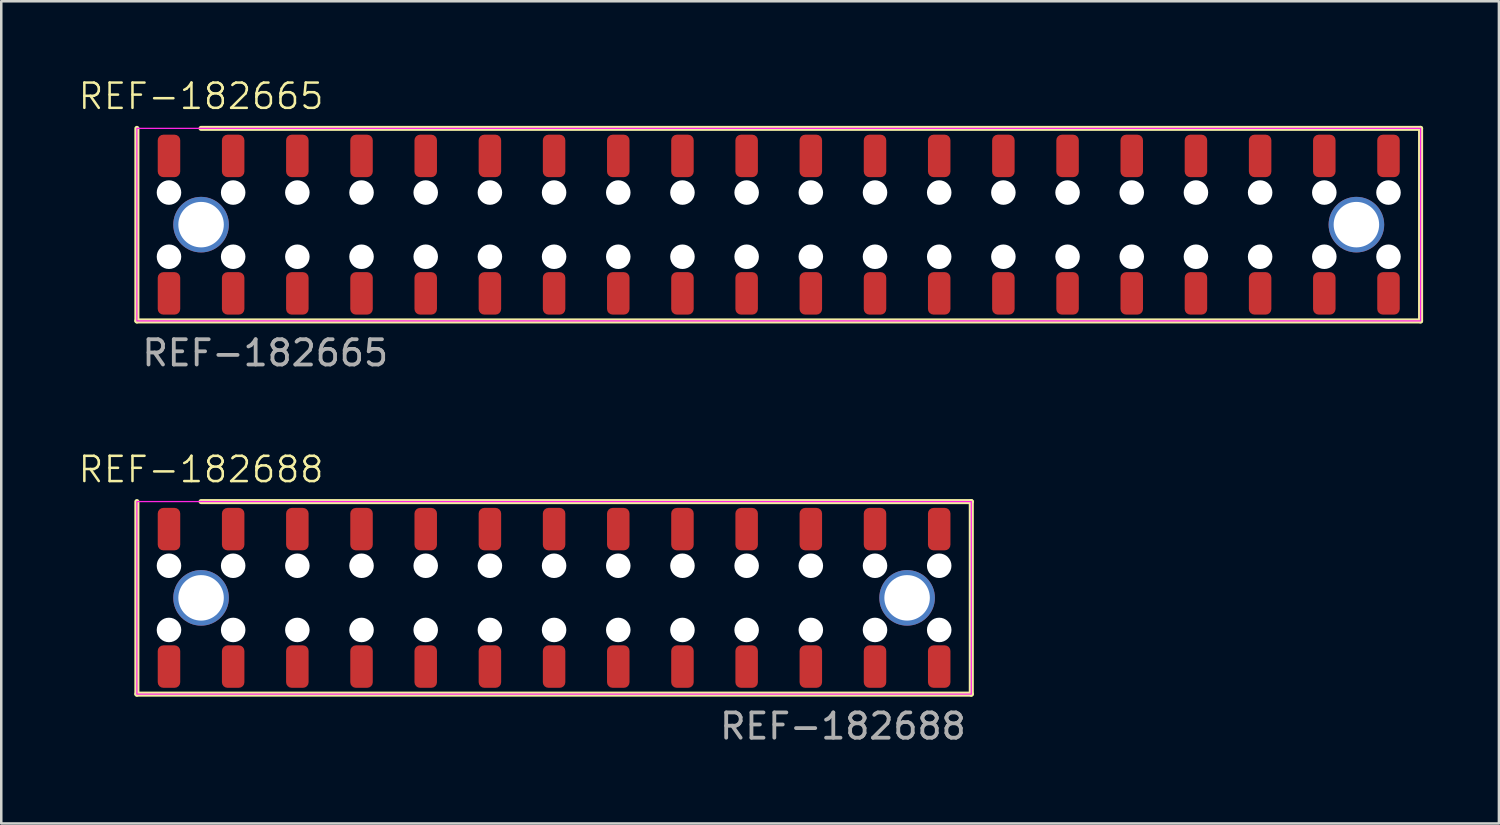
<source format=kicad_pcb>
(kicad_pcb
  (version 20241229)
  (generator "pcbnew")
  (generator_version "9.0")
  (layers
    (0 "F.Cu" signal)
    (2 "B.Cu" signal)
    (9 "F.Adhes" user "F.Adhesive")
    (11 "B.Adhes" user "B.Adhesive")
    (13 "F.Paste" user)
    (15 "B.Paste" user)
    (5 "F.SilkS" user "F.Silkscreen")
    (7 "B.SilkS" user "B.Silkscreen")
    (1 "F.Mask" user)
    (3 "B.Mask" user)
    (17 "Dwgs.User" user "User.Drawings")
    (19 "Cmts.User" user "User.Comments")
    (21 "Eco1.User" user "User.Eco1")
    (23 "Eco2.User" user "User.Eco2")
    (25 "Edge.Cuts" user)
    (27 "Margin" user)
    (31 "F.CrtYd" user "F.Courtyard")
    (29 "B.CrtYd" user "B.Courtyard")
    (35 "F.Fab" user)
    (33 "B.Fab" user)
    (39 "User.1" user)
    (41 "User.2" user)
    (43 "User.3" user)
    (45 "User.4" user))
  (footprint "REF-182665"
    (layer "F.Cu")
    (at 27.767 5.84)
    (property "Reference" "REF-182665" (at -22.86 -5.08 0) (unlocked yes) (layer "F.SilkS") (effects (font (size 1 1) (thickness 0.1))))
    (attr smd)
    (fp_line (start -25.4 -3.81) (end -25.4 3.81) (stroke (width 0.2) (type default)) (layer "F.SilkS"))
    (fp_line (start -25.4 3.81) (end 25.4 3.81) (stroke (width 0.2) (type default)) (layer "F.SilkS"))
    (fp_line (start 25.4 -3.81) (end -22.86 -3.81) (stroke (width 0.2) (type default)) (layer "F.SilkS"))
    (fp_line (start 25.4 -3.81) (end 25.4 3.81) (stroke (width 0.2) (type default)) (layer "F.SilkS"))
    (fp_rect (start -25.4 -3.81) (end 25.4 3.81) (stroke (width 0.05) (type default)) (fill no) (layer "F.CrtYd"))
    (fp_text user "${REFERENCE}" (at -20.32 5.08 0) (unlocked yes) (layer "F.Fab") (effects (font (size 1 1) (thickness 0.15))))
    (pad "" np_thru_hole circle (at -24.13 -1.27 90) (size 0.97 0.97) (drill 0.97) (layers "*.Cu" "*.Mask"))
    (pad "" np_thru_hole circle (at -24.13 1.27 90) (size 0.97 0.97) (drill 0.97) (layers "*.Cu" "*.Mask"))
    (pad "" np_thru_hole circle (at -21.59 -1.27 90) (size 0.97 0.97) (drill 0.97) (layers "*.Cu" "*.Mask"))
    (pad "" np_thru_hole circle (at -21.59 1.27 90) (size 0.97 0.97) (drill 0.97) (layers "*.Cu" "*.Mask"))
    (pad "" np_thru_hole circle (at -19.05 -1.27 90) (size 0.97 0.97) (drill 0.97) (layers "*.Cu" "*.Mask"))
    (pad "" np_thru_hole circle (at -19.05 1.27 90) (size 0.97 0.97) (drill 0.97) (layers "*.Cu" "*.Mask"))
    (pad "" np_thru_hole circle (at -16.51 -1.27 90) (size 0.97 0.97) (drill 0.97) (layers "*.Cu" "*.Mask"))
    (pad "" np_thru_hole circle (at -16.51 1.27 90) (size 0.97 0.97) (drill 0.97) (layers "*.Cu" "*.Mask"))
    (pad "" np_thru_hole circle (at -13.97 -1.27 90) (size 0.97 0.97) (drill 0.97) (layers "*.Cu" "*.Mask"))
    (pad "" np_thru_hole circle (at -13.97 1.27 90) (size 0.97 0.97) (drill 0.97) (layers "*.Cu" "*.Mask"))
    (pad "" np_thru_hole circle (at -11.43 -1.27 90) (size 0.97 0.97) (drill 0.97) (layers "*.Cu" "*.Mask"))
    (pad "" np_thru_hole circle (at -11.43 1.27 90) (size 0.97 0.97) (drill 0.97) (layers "*.Cu" "*.Mask"))
    (pad "" np_thru_hole circle (at -8.89 -1.27 90) (size 0.97 0.97) (drill 0.97) (layers "*.Cu" "*.Mask"))
    (pad "" np_thru_hole circle (at -8.89 1.27 90) (size 0.97 0.97) (drill 0.97) (layers "*.Cu" "*.Mask"))
    (pad "" np_thru_hole circle (at -6.35 -1.27 90) (size 0.97 0.97) (drill 0.97) (layers "*.Cu" "*.Mask"))
    (pad "" np_thru_hole circle (at -6.35 1.27 90) (size 0.97 0.97) (drill 0.97) (layers "*.Cu" "*.Mask"))
    (pad "" np_thru_hole circle (at -3.81 -1.27 90) (size 0.97 0.97) (drill 0.97) (layers "*.Cu" "*.Mask"))
    (pad "" np_thru_hole circle (at -3.81 1.27 90) (size 0.97 0.97) (drill 0.97) (layers "*.Cu" "*.Mask"))
    (pad "" np_thru_hole circle (at -1.27 -1.27 90) (size 0.97 0.97) (drill 0.97) (layers "*.Cu" "*.Mask"))
    (pad "" np_thru_hole circle (at -1.27 1.27 90) (size 0.97 0.97) (drill 0.97) (layers "*.Cu" "*.Mask"))
    (pad "" np_thru_hole circle (at 1.27 -1.27 90) (size 0.97 0.97) (drill 0.97) (layers "*.Cu" "*.Mask"))
    (pad "" np_thru_hole circle (at 1.27 1.27 90) (size 0.97 0.97) (drill 0.97) (layers "*.Cu" "*.Mask"))
    (pad "" np_thru_hole circle (at 3.81 -1.27 90) (size 0.97 0.97) (drill 0.97) (layers "*.Cu" "*.Mask"))
    (pad "" np_thru_hole circle (at 3.81 1.27 90) (size 0.97 0.97) (drill 0.97) (layers "*.Cu" "*.Mask"))
    (pad "" np_thru_hole circle (at 6.35 -1.27 90) (size 0.97 0.97) (drill 0.97) (layers "*.Cu" "*.Mask"))
    (pad "" np_thru_hole circle (at 6.35 1.27 90) (size 0.97 0.97) (drill 0.97) (layers "*.Cu" "*.Mask"))
    (pad "" np_thru_hole circle (at 8.89 -1.27 90) (size 0.97 0.97) (drill 0.97) (layers "*.Cu" "*.Mask"))
    (pad "" np_thru_hole circle (at 8.89 1.27 90) (size 0.97 0.97) (drill 0.97) (layers "*.Cu" "*.Mask"))
    (pad "" np_thru_hole circle (at 11.43 -1.27 90) (size 0.97 0.97) (drill 0.97) (layers "*.Cu" "*.Mask"))
    (pad "" np_thru_hole circle (at 11.43 1.27 90) (size 0.97 0.97) (drill 0.97) (layers "*.Cu" "*.Mask"))
    (pad "" np_thru_hole circle (at 13.97 -1.27 90) (size 0.97 0.97) (drill 0.97) (layers "*.Cu" "*.Mask"))
    (pad "" np_thru_hole circle (at 13.97 1.27 90) (size 0.97 0.97) (drill 0.97) (layers "*.Cu" "*.Mask"))
    (pad "" np_thru_hole circle (at 16.51 -1.27 90) (size 0.97 0.97) (drill 0.97) (layers "*.Cu" "*.Mask"))
    (pad "" np_thru_hole circle (at 16.51 1.27 90) (size 0.97 0.97) (drill 0.97) (layers "*.Cu" "*.Mask"))
    (pad "" np_thru_hole circle (at 19.05 -1.27 90) (size 0.97 0.97) (drill 0.97) (layers "*.Cu" "*.Mask"))
    (pad "" np_thru_hole circle (at 19.05 1.27 90) (size 0.97 0.97) (drill 0.97) (layers "*.Cu" "*.Mask"))
    (pad "" np_thru_hole circle (at 21.59 -1.27 90) (size 0.97 0.97) (drill 0.97) (layers "*.Cu" "*.Mask"))
    (pad "" np_thru_hole circle (at 21.59 1.27 90) (size 0.97 0.97) (drill 0.97) (layers "*.Cu" "*.Mask"))
    (pad "" np_thru_hole circle (at 24.13 -1.27 90) (size 0.97 0.97) (drill 0.97) (layers "*.Cu" "*.Mask"))
    (pad "" np_thru_hole circle (at 24.13 1.27 90) (size 0.97 0.97) (drill 0.97) (layers "*.Cu" "*.Mask"))
    (pad "1" smd roundrect (at -24.13 2.72 90) (size 1.68 0.89) (layers "F.Cu" "F.Mask" "F.Paste") (roundrect_rratio 0.25))
    (pad "2" smd roundrect (at -24.13 -2.72 90) (size 1.68 0.89) (layers "F.Cu" "F.Mask" "F.Paste") (roundrect_rratio 0.25))
    (pad "3" smd roundrect (at -21.59 2.72 90) (size 1.68 0.89) (layers "F.Cu" "F.Mask" "F.Paste") (roundrect_rratio 0.25))
    (pad "4" smd roundrect (at -21.59 -2.72 90) (size 1.68 0.89) (layers "F.Cu" "F.Mask" "F.Paste") (roundrect_rratio 0.25))
    (pad "5" smd roundrect (at -19.05 2.72 90) (size 1.68 0.89) (layers "F.Cu" "F.Mask" "F.Paste") (roundrect_rratio 0.25))
    (pad "6" smd roundrect (at -19.05 -2.72 90) (size 1.68 0.89) (layers "F.Cu" "F.Mask" "F.Paste") (roundrect_rratio 0.25))
    (pad "7" smd roundrect (at -16.51 2.72 90) (size 1.68 0.89) (layers "F.Cu" "F.Mask" "F.Paste") (roundrect_rratio 0.25))
    (pad "8" smd roundrect (at -16.51 -2.72 90) (size 1.68 0.89) (layers "F.Cu" "F.Mask" "F.Paste") (roundrect_rratio 0.25))
    (pad "9" smd roundrect (at -13.97 2.72 90) (size 1.68 0.89) (layers "F.Cu" "F.Mask" "F.Paste") (roundrect_rratio 0.25))
    (pad "10" smd roundrect (at -13.97 -2.72 90) (size 1.68 0.89) (layers "F.Cu" "F.Mask" "F.Paste") (roundrect_rratio 0.25))
    (pad "11" smd roundrect (at -11.43 2.72 90) (size 1.68 0.89) (layers "F.Cu" "F.Mask" "F.Paste") (roundrect_rratio 0.25))
    (pad "12" smd roundrect (at -11.43 -2.72 90) (size 1.68 0.89) (layers "F.Cu" "F.Mask" "F.Paste") (roundrect_rratio 0.25))
    (pad "13" smd roundrect (at -8.89 2.72 90) (size 1.68 0.89) (layers "F.Cu" "F.Mask" "F.Paste") (roundrect_rratio 0.25))
    (pad "14" smd roundrect (at -8.89 -2.72 90) (size 1.68 0.89) (layers "F.Cu" "F.Mask" "F.Paste") (roundrect_rratio 0.25))
    (pad "15" smd roundrect (at -6.35 2.72 90) (size 1.68 0.89) (layers "F.Cu" "F.Mask" "F.Paste") (roundrect_rratio 0.25))
    (pad "16" smd roundrect (at -6.35 -2.72 90) (size 1.68 0.89) (layers "F.Cu" "F.Mask" "F.Paste") (roundrect_rratio 0.25))
    (pad "17" smd roundrect (at -3.81 2.72 90) (size 1.68 0.89) (layers "F.Cu" "F.Mask" "F.Paste") (roundrect_rratio 0.25))
    (pad "18" smd roundrect (at -3.81 -2.72 90) (size 1.68 0.89) (layers "F.Cu" "F.Mask" "F.Paste") (roundrect_rratio 0.25))
    (pad "19" smd roundrect (at -1.27 2.72 90) (size 1.68 0.89) (layers "F.Cu" "F.Mask" "F.Paste") (roundrect_rratio 0.25))
    (pad "20" smd roundrect (at -1.27 -2.72 90) (size 1.68 0.89) (layers "F.Cu" "F.Mask" "F.Paste") (roundrect_rratio 0.25))
    (pad "21" smd roundrect (at 1.27 2.72 90) (size 1.68 0.89) (layers "F.Cu" "F.Mask" "F.Paste") (roundrect_rratio 0.25))
    (pad "22" smd roundrect (at 1.27 -2.72 90) (size 1.68 0.89) (layers "F.Cu" "F.Mask" "F.Paste") (roundrect_rratio 0.25))
    (pad "23" smd roundrect (at 3.81 2.72 90) (size 1.68 0.89) (layers "F.Cu" "F.Mask" "F.Paste") (roundrect_rratio 0.25))
    (pad "24" smd roundrect (at 3.81 -2.72 90) (size 1.68 0.89) (layers "F.Cu" "F.Mask" "F.Paste") (roundrect_rratio 0.25))
    (pad "25" smd roundrect (at 6.35 2.72 90) (size 1.68 0.89) (layers "F.Cu" "F.Mask" "F.Paste") (roundrect_rratio 0.25))
    (pad "26" smd roundrect (at 6.35 -2.72 90) (size 1.68 0.89) (layers "F.Cu" "F.Mask" "F.Paste") (roundrect_rratio 0.25))
    (pad "27" smd roundrect (at 8.89 2.72 90) (size 1.68 0.89) (layers "F.Cu" "F.Mask" "F.Paste") (roundrect_rratio 0.25))
    (pad "28" smd roundrect (at 8.89 -2.72 90) (size 1.68 0.89) (layers "F.Cu" "F.Mask" "F.Paste") (roundrect_rratio 0.25))
    (pad "29" smd roundrect (at 11.43 2.72 90) (size 1.68 0.89) (layers "F.Cu" "F.Mask" "F.Paste") (roundrect_rratio 0.25))
    (pad "30" smd roundrect (at 11.43 -2.72 90) (size 1.68 0.89) (layers "F.Cu" "F.Mask" "F.Paste") (roundrect_rratio 0.25))
    (pad "31" smd roundrect (at 13.97 2.72 90) (size 1.68 0.89) (layers "F.Cu" "F.Mask" "F.Paste") (roundrect_rratio 0.25))
    (pad "32" smd roundrect (at 13.97 -2.72 90) (size 1.68 0.89) (layers "F.Cu" "F.Mask" "F.Paste") (roundrect_rratio 0.25))
    (pad "33" smd roundrect (at 16.51 2.72 90) (size 1.68 0.89) (layers "F.Cu" "F.Mask" "F.Paste") (roundrect_rratio 0.25))
    (pad "34" smd roundrect (at 16.51 -2.72 90) (size 1.68 0.89) (layers "F.Cu" "F.Mask" "F.Paste") (roundrect_rratio 0.25))
    (pad "35" smd roundrect (at 19.05 2.72 90) (size 1.68 0.89) (layers "F.Cu" "F.Mask" "F.Paste") (roundrect_rratio 0.25))
    (pad "36" smd roundrect (at 19.05 -2.72 90) (size 1.68 0.89) (layers "F.Cu" "F.Mask" "F.Paste") (roundrect_rratio 0.25))
    (pad "37" smd roundrect (at 21.59 2.72 90) (size 1.68 0.89) (layers "F.Cu" "F.Mask" "F.Paste") (roundrect_rratio 0.25))
    (pad "38" smd roundrect (at 21.59 -2.72 90) (size 1.68 0.89) (layers "F.Cu" "F.Mask" "F.Paste") (roundrect_rratio 0.25))
    (pad "39" smd roundrect (at 24.13 2.72 90) (size 1.68 0.89) (layers "F.Cu" "F.Mask" "F.Paste") (roundrect_rratio 0.25))
    (pad "40" smd roundrect (at 24.13 -2.72 90) (size 1.68 0.89) (layers "F.Cu" "F.Mask" "F.Paste") (roundrect_rratio 0.25))
    (pad "41" thru_hole circle (at -22.86 0 90) (size 2.2 2.2) (drill 1.8) (layers "*.Cu" "*.Mask"))
    (pad "41" thru_hole circle (at 22.86 0 90) (size 2.2 2.2) (drill 1.8) (layers "*.Cu" "*.Mask")))
  (footprint "REF-182688"
    (layer "F.Cu")
    (at 18.877 20.609)
    (property "Reference" "REF-182688" (at -13.97 -5.08 0) (unlocked yes) (layer "F.SilkS") (effects (font (size 1 1) (thickness 0.1))))
    (attr smd)
    (fp_line (start -16.51 -3.81) (end -16.51 3.81) (stroke (width 0.2) (type default)) (layer "F.SilkS"))
    (fp_line (start -16.51 3.81) (end 16.51 3.81) (stroke (width 0.2) (type default)) (layer "F.SilkS"))
    (fp_line (start 16.51 -3.81) (end -13.97 -3.81) (stroke (width 0.2) (type default)) (layer "F.SilkS"))
    (fp_line (start 16.51 -3.81) (end 16.51 3.81) (stroke (width 0.2) (type default)) (layer "F.SilkS"))
    (fp_rect (start -16.51 -3.81) (end 16.51 3.81) (stroke (width 0.05) (type default)) (fill no) (layer "F.CrtYd"))
    (fp_text user "${REFERENCE}" (at 11.43 5.08 0) (unlocked yes) (layer "F.Fab") (effects (font (size 1 1) (thickness 0.15))))
    (pad "" np_thru_hole circle (at -15.24 -1.27 90) (size 0.97 0.97) (drill 0.97) (layers "*.Cu" "*.Mask"))
    (pad "" np_thru_hole circle (at -15.24 1.27 90) (size 0.97 0.97) (drill 0.97) (layers "*.Cu" "*.Mask"))
    (pad "" np_thru_hole circle (at -12.7 -1.27 90) (size 0.97 0.97) (drill 0.97) (layers "*.Cu" "*.Mask"))
    (pad "" np_thru_hole circle (at -12.7 1.27 90) (size 0.97 0.97) (drill 0.97) (layers "*.Cu" "*.Mask"))
    (pad "" np_thru_hole circle (at -10.16 -1.27 90) (size 0.97 0.97) (drill 0.97) (layers "*.Cu" "*.Mask"))
    (pad "" np_thru_hole circle (at -10.16 1.27 90) (size 0.97 0.97) (drill 0.97) (layers "*.Cu" "*.Mask"))
    (pad "" np_thru_hole circle (at -7.62 -1.27 90) (size 0.97 0.97) (drill 0.97) (layers "*.Cu" "*.Mask"))
    (pad "" np_thru_hole circle (at -7.62 1.27 90) (size 0.97 0.97) (drill 0.97) (layers "*.Cu" "*.Mask"))
    (pad "" np_thru_hole circle (at -5.08 -1.27 90) (size 0.97 0.97) (drill 0.97) (layers "*.Cu" "*.Mask"))
    (pad "" np_thru_hole circle (at -5.08 1.27 90) (size 0.97 0.97) (drill 0.97) (layers "*.Cu" "*.Mask"))
    (pad "" np_thru_hole circle (at -2.54 -1.27 90) (size 0.97 0.97) (drill 0.97) (layers "*.Cu" "*.Mask"))
    (pad "" np_thru_hole circle (at -2.54 1.27 90) (size 0.97 0.97) (drill 0.97) (layers "*.Cu" "*.Mask"))
    (pad "" np_thru_hole circle (at 0 -1.27 90) (size 0.97 0.97) (drill 0.97) (layers "*.Cu" "*.Mask"))
    (pad "" np_thru_hole circle (at 0 1.27 90) (size 0.97 0.97) (drill 0.97) (layers "*.Cu" "*.Mask"))
    (pad "" np_thru_hole circle (at 2.54 -1.27 90) (size 0.97 0.97) (drill 0.97) (layers "*.Cu" "*.Mask"))
    (pad "" np_thru_hole circle (at 2.54 1.27 90) (size 0.97 0.97) (drill 0.97) (layers "*.Cu" "*.Mask"))
    (pad "" np_thru_hole circle (at 5.08 -1.27 90) (size 0.97 0.97) (drill 0.97) (layers "*.Cu" "*.Mask"))
    (pad "" np_thru_hole circle (at 5.08 1.27 90) (size 0.97 0.97) (drill 0.97) (layers "*.Cu" "*.Mask"))
    (pad "" np_thru_hole circle (at 7.62 -1.27 90) (size 0.97 0.97) (drill 0.97) (layers "*.Cu" "*.Mask"))
    (pad "" np_thru_hole circle (at 7.62 1.27 90) (size 0.97 0.97) (drill 0.97) (layers "*.Cu" "*.Mask"))
    (pad "" np_thru_hole circle (at 10.16 -1.27 90) (size 0.97 0.97) (drill 0.97) (layers "*.Cu" "*.Mask"))
    (pad "" np_thru_hole circle (at 10.16 1.27 90) (size 0.97 0.97) (drill 0.97) (layers "*.Cu" "*.Mask"))
    (pad "" np_thru_hole circle (at 12.7 -1.27 90) (size 0.97 0.97) (drill 0.97) (layers "*.Cu" "*.Mask"))
    (pad "" np_thru_hole circle (at 12.7 1.27 90) (size 0.97 0.97) (drill 0.97) (layers "*.Cu" "*.Mask"))
    (pad "" np_thru_hole circle (at 15.24 -1.27 90) (size 0.97 0.97) (drill 0.97) (layers "*.Cu" "*.Mask"))
    (pad "" np_thru_hole circle (at 15.24 1.27 90) (size 0.97 0.97) (drill 0.97) (layers "*.Cu" "*.Mask"))
    (pad "1" smd roundrect (at -15.24 -2.72 90) (size 1.68 0.89) (layers "F.Cu" "F.Mask" "F.Paste") (roundrect_rratio 0.25))
    (pad "2" smd roundrect (at -15.24 2.72 90) (size 1.68 0.89) (layers "F.Cu" "F.Mask" "F.Paste") (roundrect_rratio 0.25))
    (pad "3" smd roundrect (at -12.7 -2.72 90) (size 1.68 0.89) (layers "F.Cu" "F.Mask" "F.Paste") (roundrect_rratio 0.25))
    (pad "4" smd roundrect (at -12.7 2.72 90) (size 1.68 0.89) (layers "F.Cu" "F.Mask" "F.Paste") (roundrect_rratio 0.25))
    (pad "5" smd roundrect (at -10.16 -2.72 90) (size 1.68 0.89) (layers "F.Cu" "F.Mask" "F.Paste") (roundrect_rratio 0.25))
    (pad "6" smd roundrect (at -10.16 2.72 90) (size 1.68 0.89) (layers "F.Cu" "F.Mask" "F.Paste") (roundrect_rratio 0.25))
    (pad "7" smd roundrect (at -7.62 -2.72 90) (size 1.68 0.89) (layers "F.Cu" "F.Mask" "F.Paste") (roundrect_rratio 0.25))
    (pad "8" smd roundrect (at -7.62 2.72 90) (size 1.68 0.89) (layers "F.Cu" "F.Mask" "F.Paste") (roundrect_rratio 0.25))
    (pad "9" smd roundrect (at -5.08 -2.72 90) (size 1.68 0.89) (layers "F.Cu" "F.Mask" "F.Paste") (roundrect_rratio 0.25))
    (pad "10" smd roundrect (at -5.08 2.72 90) (size 1.68 0.89) (layers "F.Cu" "F.Mask" "F.Paste") (roundrect_rratio 0.25))
    (pad "11" smd roundrect (at -2.54 -2.72 90) (size 1.68 0.89) (layers "F.Cu" "F.Mask" "F.Paste") (roundrect_rratio 0.25))
    (pad "12" smd roundrect (at -2.54 2.72 90) (size 1.68 0.89) (layers "F.Cu" "F.Mask" "F.Paste") (roundrect_rratio 0.25))
    (pad "13" smd roundrect (at 0 -2.72 90) (size 1.68 0.89) (layers "F.Cu" "F.Mask" "F.Paste") (roundrect_rratio 0.25))
    (pad "14" smd roundrect (at 0 2.72 90) (size 1.68 0.89) (layers "F.Cu" "F.Mask" "F.Paste") (roundrect_rratio 0.25))
    (pad "15" smd roundrect (at 2.54 -2.72 90) (size 1.68 0.89) (layers "F.Cu" "F.Mask" "F.Paste") (roundrect_rratio 0.25))
    (pad "16" smd roundrect (at 2.54 2.72 90) (size 1.68 0.89) (layers "F.Cu" "F.Mask" "F.Paste") (roundrect_rratio 0.25))
    (pad "17" smd roundrect (at 5.08 -2.72 90) (size 1.68 0.89) (layers "F.Cu" "F.Mask" "F.Paste") (roundrect_rratio 0.25))
    (pad "18" smd roundrect (at 5.08 2.72 90) (size 1.68 0.89) (layers "F.Cu" "F.Mask" "F.Paste") (roundrect_rratio 0.25))
    (pad "19" smd roundrect (at 7.62 -2.72 90) (size 1.68 0.89) (layers "F.Cu" "F.Mask" "F.Paste") (roundrect_rratio 0.25))
    (pad "20" smd roundrect (at 7.62 2.72 90) (size 1.68 0.89) (layers "F.Cu" "F.Mask" "F.Paste") (roundrect_rratio 0.25))
    (pad "21" smd roundrect (at 10.16 -2.72 90) (size 1.68 0.89) (layers "F.Cu" "F.Mask" "F.Paste") (roundrect_rratio 0.25))
    (pad "22" smd roundrect (at 10.16 2.72 90) (size 1.68 0.89) (layers "F.Cu" "F.Mask" "F.Paste") (roundrect_rratio 0.25))
    (pad "23" smd roundrect (at 12.7 -2.72 90) (size 1.68 0.89) (layers "F.Cu" "F.Mask" "F.Paste") (roundrect_rratio 0.25))
    (pad "24" smd roundrect (at 12.7 2.72 90) (size 1.68 0.89) (layers "F.Cu" "F.Mask" "F.Paste") (roundrect_rratio 0.25))
    (pad "25" smd roundrect (at 15.24 -2.72 90) (size 1.68 0.89) (layers "F.Cu" "F.Mask" "F.Paste") (roundrect_rratio 0.25))
    (pad "26" smd roundrect (at 15.24 2.72 90) (size 1.68 0.89) (layers "F.Cu" "F.Mask" "F.Paste") (roundrect_rratio 0.25))
    (pad "27" thru_hole circle (at -13.97 0 90) (size 2.2 2.2) (drill 1.8) (layers "*.Cu" "*.Mask"))
    (pad "27" thru_hole circle (at 13.97 0 90) (size 2.2 2.2) (drill 1.8) (layers "*.Cu" "*.Mask")))
  (gr_rect
    (start -3 -3)
    (end 56.267 29.538)
    (stroke (width 0.1) (type default))
    (fill no)
    (layer "Edge.Cuts")))
</source>
